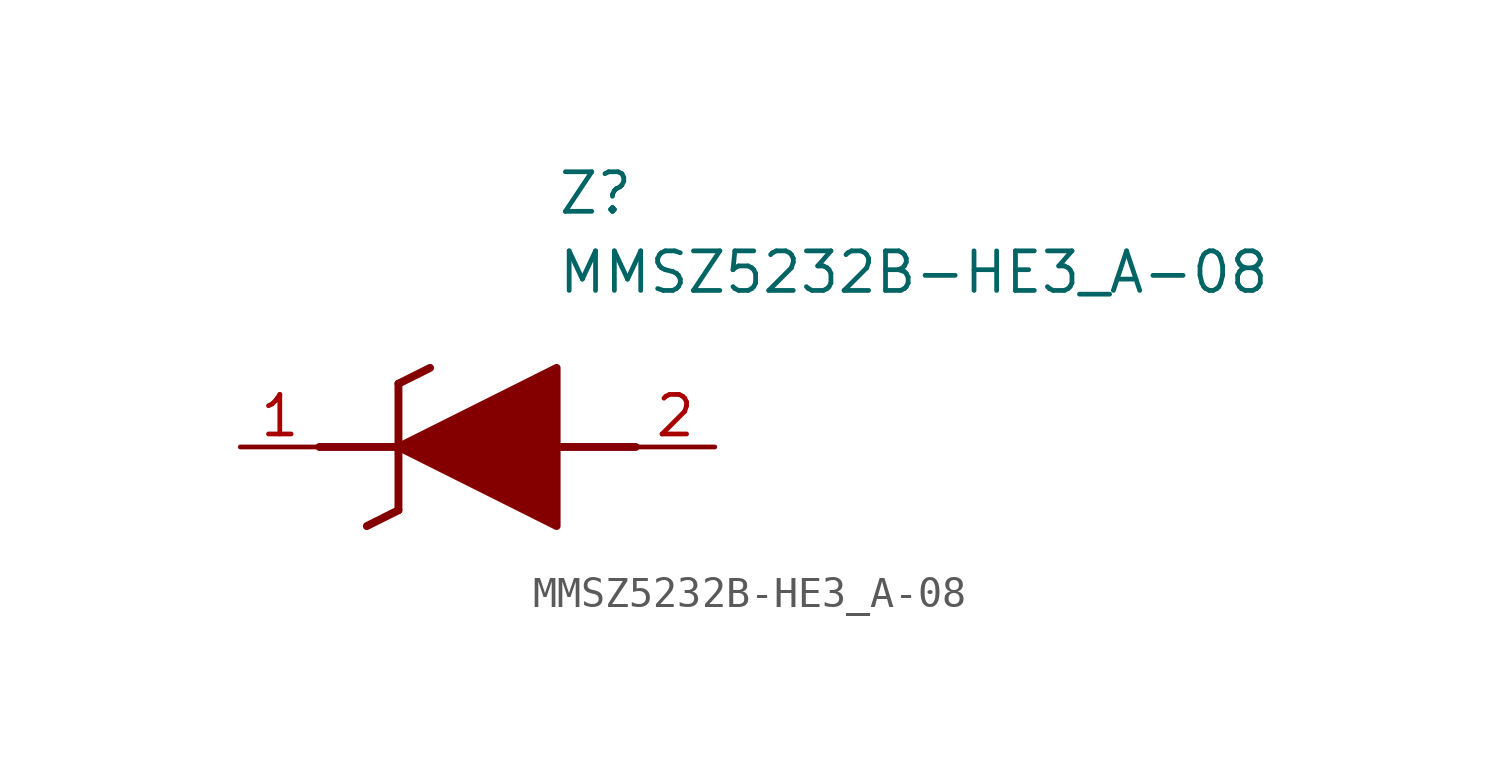
<source format=kicad_sym>
(kicad_symbol_lib
  (version 20211014)
  (generator SamacSys_ECAD_Model)
  (symbol "MMSZ5232B-HE3_A-08"
    (pin_names hide)
    (property "Reference" "Z"
      (at 10.16 8.89 0)
      (effects (font (size 1.27 1.27)) (justify left top)))
    (property "Value" "MMSZ5232B-HE3_A-08"
      (at 10.16 6.35 0)
      (effects (font (size 1.27 1.27)) (justify left top)))
    (polyline
      (pts (xy 5.08 2.032) (xy 5.08 -2.032))
      (stroke (width 0.254) (type default))
      (fill (type none)))
    (polyline
      (pts (xy 5.08 2.032) (xy 6.096 2.54))
      (stroke (width 0.254) (type default))
      (fill (type none)))
    (polyline
      (pts (xy 4.064 -2.54) (xy 5.08 -2.032))
      (stroke (width 0.254) (type default))
      (fill (type none)))
    (polyline
      (pts (xy 2.54 0) (xy 5.08 0))
      (stroke (width 0.254) (type default))
      (fill (type none)))
    (polyline
      (pts (xy 12.7 0) (xy 10.16 0))
      (stroke (width 0.254) (type default))
      (fill (type none)))
    (polyline
      (pts (xy 5.08 0) (xy 10.16 2.54) (xy 10.16 -2.54) (xy 5.08 0))
      (stroke (width 0.254) (type default))
      (fill (type outline)))
    (pin passive line
      (at 0 0 0)
      (length 2.54)
      (name "K" (effects (font (size 1.27 1.27))))
      (number "1" (effects (font (size 1.27 1.27)))))
    (pin passive line
      (at 15.24 0 180)
      (length 2.54)
      (name "A" (effects (font (size 1.27 1.27))))
      (number "2" (effects (font (size 1.27 1.27)))))))
</source>
